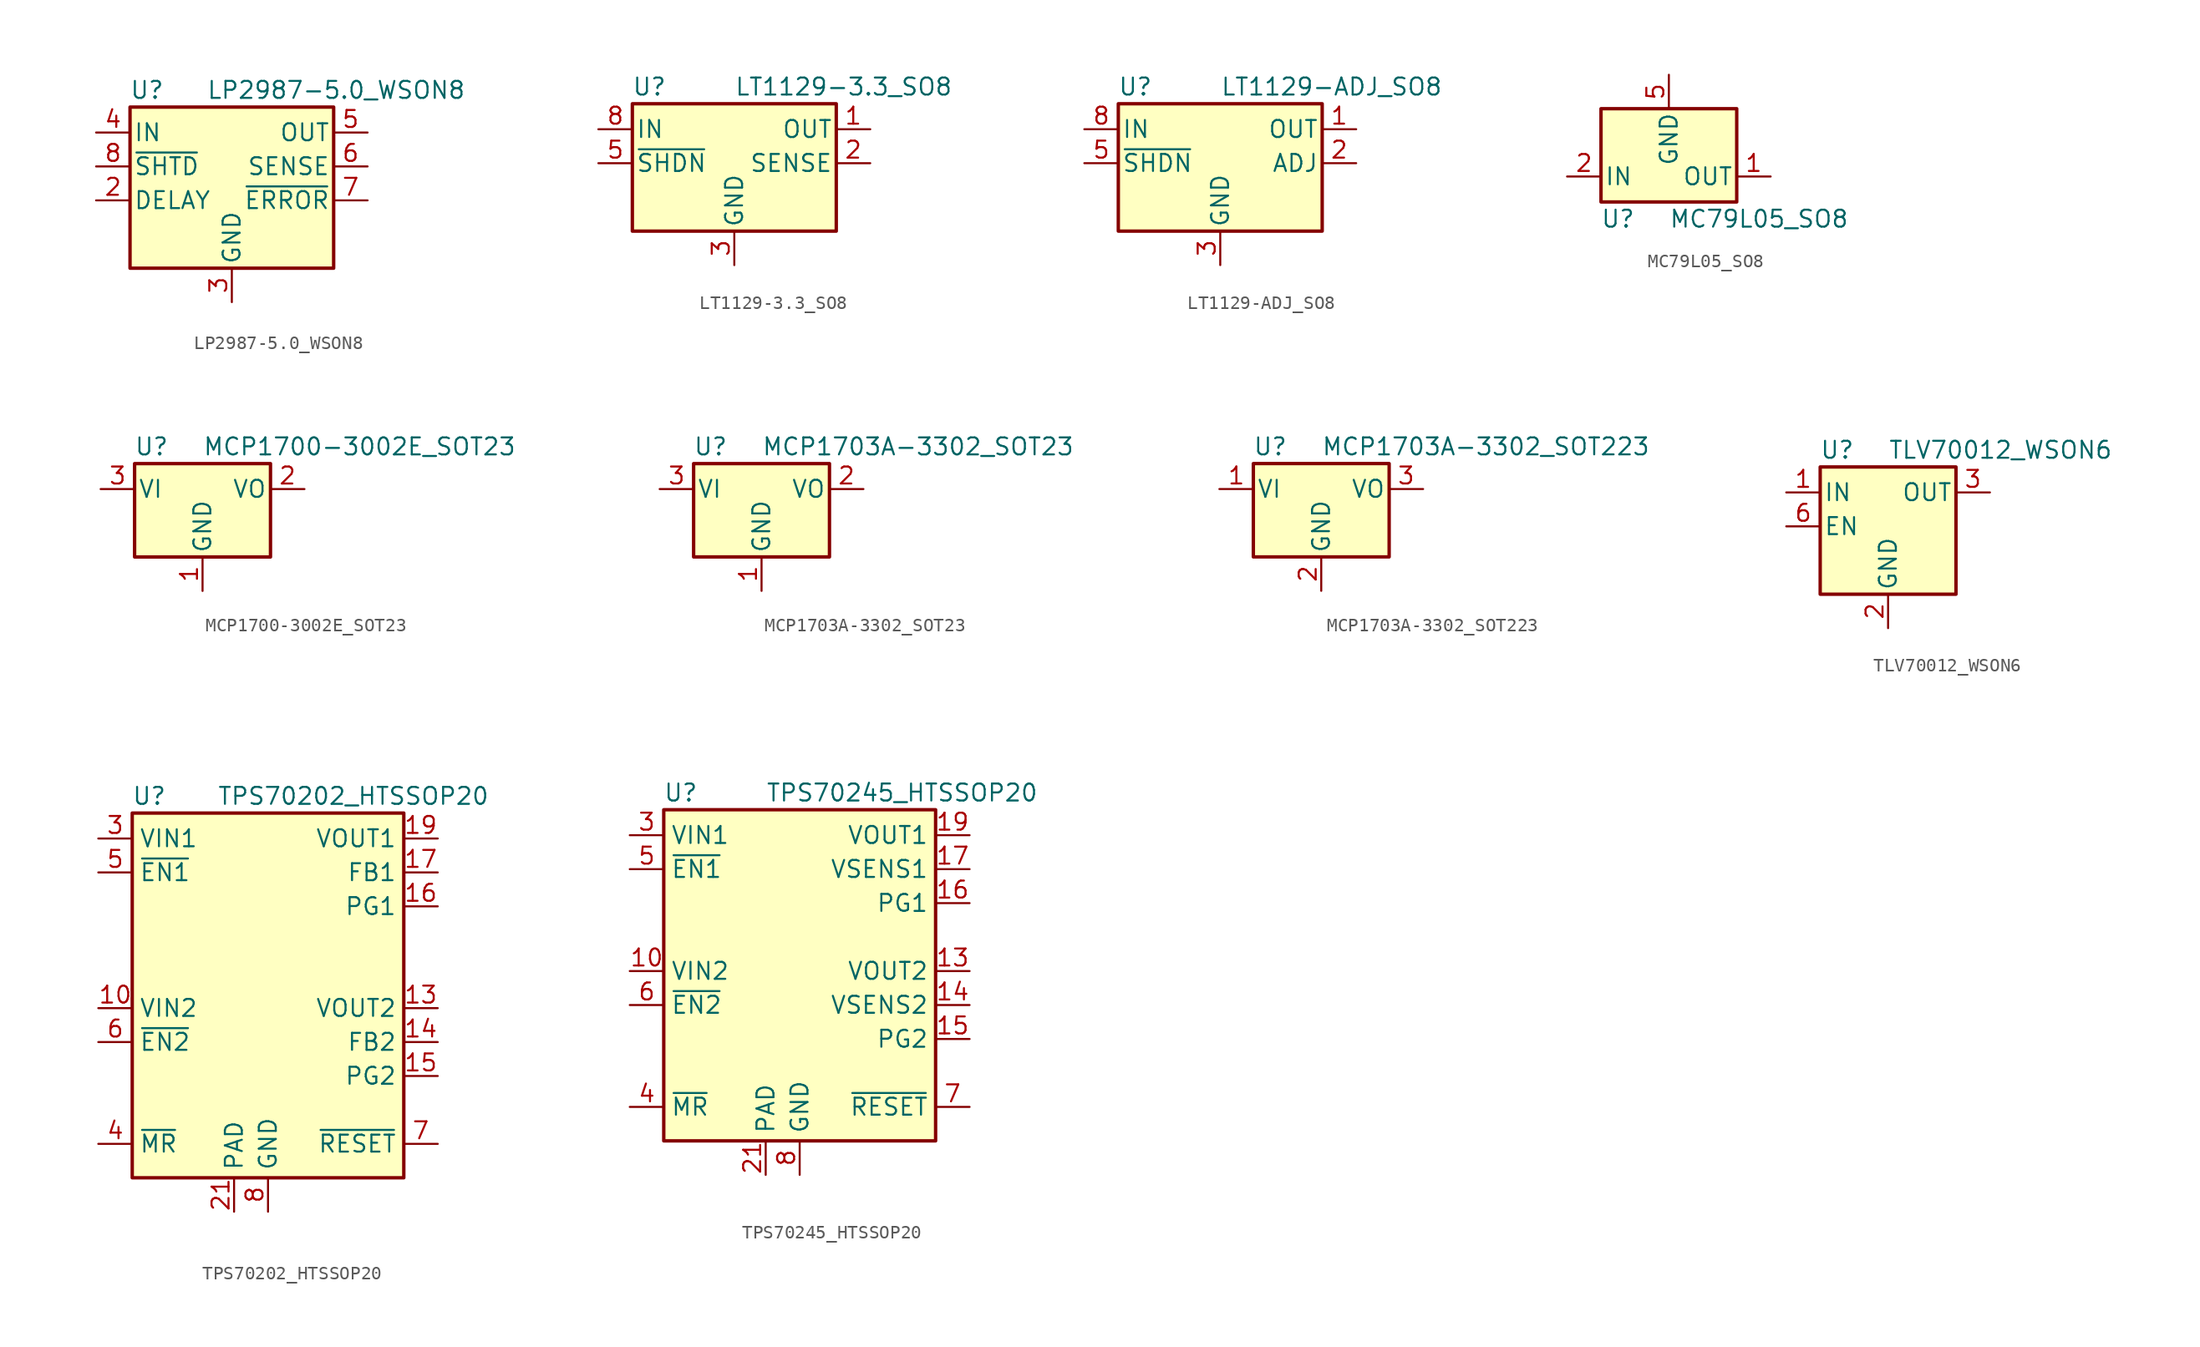
<source format=kicad_sym>
(kicad_symbol_lib
  (version 20220914)
  (generator kicad_symbol_editor)
  (symbol "LP2987-5.0_WSON8"
    (pin_names
      (offset 0.254))
    (property "Reference" "U"
      (at -6.35 5.715 0)
      (effects (font (size 1.27 1.27))))
    (property "Value" "LP2987-5.0_WSON8"
      (at -1.905 5.715 0)
      (effects (font (size 1.27 1.27)) (justify left)))
    (symbol "LP2987-5.0_WSON8_0_1"
      (rectangle (start -7.62 4.445) (end 7.62 -7.62) (stroke (width 0.254) (type default)) (fill (type background))))
    (symbol "LP2987-5.0_WSON8_1_1"
      (pin no_connect line (at 2.54 -10.16 90) (length 2.54) hide (name "NC" (effects (font (size 1.27 1.27)))) (number "1" (effects (font (size 1.27 1.27)))))
      (pin passive line (at -10.16 -2.54 0) (length 2.54) (name "DELAY" (effects (font (size 1.27 1.27)))) (number "2" (effects (font (size 1.27 1.27)))))
      (pin power_in line (at 0 -10.16 90) (length 2.54) (name "GND" (effects (font (size 1.27 1.27)))) (number "3" (effects (font (size 1.27 1.27)))))
      (pin power_in line (at -10.16 2.54 0) (length 2.54) (name "IN" (effects (font (size 1.27 1.27)))) (number "4" (effects (font (size 1.27 1.27)))))
      (pin power_out line (at 10.16 2.54 180) (length 2.54) (name "OUT" (effects (font (size 1.27 1.27)))) (number "5" (effects (font (size 1.27 1.27)))))
      (pin input line (at 10.16 0 180) (length 2.54) (name "SENSE" (effects (font (size 1.27 1.27)))) (number "6" (effects (font (size 1.27 1.27)))))
      (pin output line (at 10.16 -2.54 180) (length 2.54) (name "~{ERROR}" (effects (font (size 1.27 1.27)))) (number "7" (effects (font (size 1.27 1.27)))))
      (pin input line (at -10.16 0 0) (length 2.54) (name "~{SHTD}" (effects (font (size 1.27 1.27)))) (number "8" (effects (font (size 1.27 1.27)))))
      (pin passive line (at 0 -10.16 90) (length 2.54) hide (name "GND" (effects (font (size 1.27 1.27)))) (number "9" (effects (font (size 1.27 1.27)))))))
  (symbol "LT1129-3.3_SO8"
    (pin_names
      (offset 0.254))
    (property "Reference" "U"
      (at -6.35 5.715 0)
      (effects (font (size 1.27 1.27))))
    (property "Value" "LT1129-3.3_SO8"
      (at 0 5.715 0)
      (effects (font (size 1.27 1.27)) (justify left)))
    (symbol "LT1129-3.3_SO8_0_1"
      (rectangle (start -7.62 -5.08) (end 7.62 4.445) (stroke (width 0.254) (type default)) (fill (type background))))
    (symbol "LT1129-3.3_SO8_1_1"
      (pin power_out line (at 10.16 2.54 180) (length 2.54) (name "OUT" (effects (font (size 1.27 1.27)))) (number "1" (effects (font (size 1.27 1.27)))))
      (pin input line (at 10.16 0 180) (length 2.54) (name "SENSE" (effects (font (size 1.27 1.27)))) (number "2" (effects (font (size 1.27 1.27)))))
      (pin power_in line (at 0 -7.62 90) (length 2.54) (name "GND" (effects (font (size 1.27 1.27)))) (number "3" (effects (font (size 1.27 1.27)))))
      (pin no_connect line (at 10.16 -2.54 180) (length 2.54) hide (name "NC" (effects (font (size 1.27 1.27)))) (number "4" (effects (font (size 1.27 1.27)))))
      (pin input line (at -10.16 0 0) (length 2.54) (name "~{SHDN}" (effects (font (size 1.27 1.27)))) (number "5" (effects (font (size 1.27 1.27)))))
      (pin passive line (at 0 -7.62 90) (length 2.54) hide (name "GND" (effects (font (size 1.27 1.27)))) (number "6" (effects (font (size 1.27 1.27)))))
      (pin passive line (at 0 -7.62 90) (length 2.54) hide (name "GND" (effects (font (size 1.27 1.27)))) (number "7" (effects (font (size 1.27 1.27)))))
      (pin power_in line (at -10.16 2.54 0) (length 2.54) (name "IN" (effects (font (size 1.27 1.27)))) (number "8" (effects (font (size 1.27 1.27)))))))
  (symbol "LT1129-ADJ_SO8"
    (pin_names
      (offset 0.254))
    (property "Reference" "U"
      (at -6.35 5.715 0)
      (effects (font (size 1.27 1.27))))
    (property "Value" "LT1129-ADJ_SO8"
      (at 0 5.715 0)
      (effects (font (size 1.27 1.27)) (justify left)))
    (symbol "LT1129-ADJ_SO8_0_1"
      (rectangle (start -7.62 -5.08) (end 7.62 4.445) (stroke (width 0.254) (type default)) (fill (type background))))
    (symbol "LT1129-ADJ_SO8_1_1"
      (pin power_out line (at 10.16 2.54 180) (length 2.54) (name "OUT" (effects (font (size 1.27 1.27)))) (number "1" (effects (font (size 1.27 1.27)))))
      (pin input line (at 10.16 0 180) (length 2.54) (name "ADJ" (effects (font (size 1.27 1.27)))) (number "2" (effects (font (size 1.27 1.27)))))
      (pin power_in line (at 0 -7.62 90) (length 2.54) (name "GND" (effects (font (size 1.27 1.27)))) (number "3" (effects (font (size 1.27 1.27)))))
      (pin no_connect line (at 10.16 -2.54 180) (length 2.54) hide (name "NC" (effects (font (size 1.27 1.27)))) (number "4" (effects (font (size 1.27 1.27)))))
      (pin input line (at -10.16 0 0) (length 2.54) (name "~{SHDN}" (effects (font (size 1.27 1.27)))) (number "5" (effects (font (size 1.27 1.27)))))
      (pin passive line (at 0 -7.62 90) (length 2.54) hide (name "GND" (effects (font (size 1.27 1.27)))) (number "6" (effects (font (size 1.27 1.27)))))
      (pin passive line (at 0 -7.62 90) (length 2.54) hide (name "GND" (effects (font (size 1.27 1.27)))) (number "7" (effects (font (size 1.27 1.27)))))
      (pin power_in line (at -10.16 2.54 0) (length 2.54) (name "IN" (effects (font (size 1.27 1.27)))) (number "8" (effects (font (size 1.27 1.27)))))))
  (symbol "MC79L05_SO8"
    (pin_names
      (offset 0.254))
    (property "Reference" "U"
      (at -3.81 -3.175 0)
      (effects (font (size 1.27 1.27))))
    (property "Value" "MC79L05_SO8"
      (at 0 -3.175 0)
      (effects (font (size 1.27 1.27)) (justify left)))
    (symbol "MC79L05_SO8_0_1"
      (rectangle (start -5.08 5.08) (end 5.08 -1.905) (stroke (width 0.254) (type default)) (fill (type background))))
    (symbol "MC79L05_SO8_1_1"
      (pin power_out line (at 7.62 0 180) (length 2.54) (name "OUT" (effects (font (size 1.27 1.27)))) (number "1" (effects (font (size 1.27 1.27)))))
      (pin power_in line (at -7.62 0 0) (length 2.54) (name "IN" (effects (font (size 1.27 1.27)))) (number "2" (effects (font (size 1.27 1.27)))))
      (pin passive line (at -7.62 0 0) (length 2.54) hide (name "IN" (effects (font (size 1.27 1.27)))) (number "3" (effects (font (size 1.27 1.27)))))
      (pin no_connect line (at 7.62 2.54 180) (length 2.54) hide (name "NC" (effects (font (size 1.27 1.27)))) (number "4" (effects (font (size 1.27 1.27)))))
      (pin power_in line (at 0 7.62 270) (length 2.54) (name "GND" (effects (font (size 1.27 1.27)))) (number "5" (effects (font (size 1.27 1.27)))))
      (pin passive line (at -7.62 0 0) (length 2.54) hide (name "IN" (effects (font (size 1.27 1.27)))) (number "6" (effects (font (size 1.27 1.27)))))
      (pin passive line (at -7.62 0 0) (length 2.54) hide (name "IN" (effects (font (size 1.27 1.27)))) (number "7" (effects (font (size 1.27 1.27)))))
      (pin no_connect line (at -7.62 2.54 0) (length 2.54) hide (name "NC" (effects (font (size 1.27 1.27)))) (number "8" (effects (font (size 1.27 1.27)))))))
  (symbol "MCP1700-3002E_SOT23"
    (pin_names
      (offset 0.254))
    (property "Reference" "U"
      (at -3.81 3.175 0)
      (effects (font (size 1.27 1.27))))
    (property "Value" "MCP1700-3002E_SOT23"
      (at 0 3.175 0)
      (effects (font (size 1.27 1.27)) (justify left)))
    (symbol "MCP1700-3002E_SOT23_0_1"
      (rectangle (start -5.08 1.905) (end 5.08 -5.08) (stroke (width 0.254) (type default)) (fill (type background))))
    (symbol "MCP1700-3002E_SOT23_1_1"
      (pin power_in line (at 0 -7.62 90) (length 2.54) (name "GND" (effects (font (size 1.27 1.27)))) (number "1" (effects (font (size 1.27 1.27)))))
      (pin power_out line (at 7.62 0 180) (length 2.54) (name "VO" (effects (font (size 1.27 1.27)))) (number "2" (effects (font (size 1.27 1.27)))))
      (pin power_in line (at -7.62 0 0) (length 2.54) (name "VI" (effects (font (size 1.27 1.27)))) (number "3" (effects (font (size 1.27 1.27)))))))
  (symbol "MCP1703A-3302_SOT23"
    (pin_names
      (offset 0.254))
    (property "Reference" "U"
      (at -3.81 3.175 0)
      (effects (font (size 1.27 1.27))))
    (property "Value" "MCP1703A-3302_SOT23"
      (at 0 3.175 0)
      (effects (font (size 1.27 1.27)) (justify left)))
    (symbol "MCP1703A-3302_SOT23_0_1"
      (rectangle (start -5.08 -5.08) (end 5.08 1.905) (stroke (width 0.254) (type default)) (fill (type background))))
    (symbol "MCP1703A-3302_SOT23_1_1"
      (pin power_in line (at 0 -7.62 90) (length 2.54) (name "GND" (effects (font (size 1.27 1.27)))) (number "1" (effects (font (size 1.27 1.27)))))
      (pin power_out line (at 7.62 0 180) (length 2.54) (name "VO" (effects (font (size 1.27 1.27)))) (number "2" (effects (font (size 1.27 1.27)))))
      (pin power_in line (at -7.62 0 0) (length 2.54) (name "VI" (effects (font (size 1.27 1.27)))) (number "3" (effects (font (size 1.27 1.27)))))))
  (symbol "MCP1703A-3302_SOT223"
    (pin_names
      (offset 0.254))
    (property "Reference" "U"
      (at -3.81 3.175 0)
      (effects (font (size 1.27 1.27))))
    (property "Value" "MCP1703A-3302_SOT223"
      (at 0 3.175 0)
      (effects (font (size 1.27 1.27)) (justify left)))
    (symbol "MCP1703A-3302_SOT223_0_1"
      (rectangle (start -5.08 -5.08) (end 5.08 1.905) (stroke (width 0.254) (type default)) (fill (type background))))
    (symbol "MCP1703A-3302_SOT223_1_1"
      (pin power_in line (at -7.62 0 0) (length 2.54) (name "VI" (effects (font (size 1.27 1.27)))) (number "1" (effects (font (size 1.27 1.27)))))
      (pin power_in line (at 0 -7.62 90) (length 2.54) (name "GND" (effects (font (size 1.27 1.27)))) (number "2" (effects (font (size 1.27 1.27)))))
      (pin power_out line (at 7.62 0 180) (length 2.54) (name "VO" (effects (font (size 1.27 1.27)))) (number "3" (effects (font (size 1.27 1.27)))))))
  (symbol "TLV70012_WSON6"
    (pin_names
      (offset 0.254))
    (property "Reference" "U"
      (at -3.81 5.715 0)
      (effects (font (size 1.27 1.27))))
    (property "Value" "TLV70012_WSON6"
      (at 0 5.715 0)
      (effects (font (size 1.27 1.27)) (justify left)))
    (symbol "TLV70012_WSON6_0_1"
      (rectangle (start -5.08 4.445) (end 5.08 -5.08) (stroke (width 0.254) (type default)) (fill (type background))))
    (symbol "TLV70012_WSON6_1_1"
      (pin power_in line (at -7.62 2.54 0) (length 2.54) (name "IN" (effects (font (size 1.27 1.27)))) (number "1" (effects (font (size 1.27 1.27)))))
      (pin power_in line (at 0 -7.62 90) (length 2.54) (name "GND" (effects (font (size 1.27 1.27)))) (number "2" (effects (font (size 1.27 1.27)))))
      (pin power_out line (at 7.62 2.54 180) (length 2.54) (name "OUT" (effects (font (size 1.27 1.27)))) (number "3" (effects (font (size 1.27 1.27)))))
      (pin no_connect line (at 7.62 0 180) (length 2.54) hide (name "NC" (effects (font (size 1.27 1.27)))) (number "4" (effects (font (size 1.27 1.27)))))
      (pin no_connect line (at -2.54 -7.62 90) (length 2.54) hide (name "NC" (effects (font (size 1.27 1.27)))) (number "5" (effects (font (size 1.27 1.27)))))
      (pin input line (at -7.62 0 0) (length 2.54) (name "EN" (effects (font (size 1.27 1.27)))) (number "6" (effects (font (size 1.27 1.27)))))))
  (symbol "TPS70202_HTSSOP20"
    (property "Reference" "U"
      (at -8.89 15.875 0)
      (effects (font (size 1.27 1.27))))
    (property "Value" "TPS70202_HTSSOP20"
      (at -3.81 15.875 0)
      (effects (font (size 1.27 1.27)) (justify left)))
    (symbol "TPS70202_HTSSOP20_0_1"
      (rectangle (start -10.16 14.605) (end 10.16 -12.7) (stroke (width 0.254) (type default)) (fill (type background))))
    (symbol "TPS70202_HTSSOP20_1_1"
      (pin no_connect line (at -12.7 7.62 0) (length 2.54) hide (name "NC" (effects (font (size 1.27 1.27)))) (number "1" (effects (font (size 1.27 1.27)))))
      (pin power_in line (at -12.7 0 0) (length 2.54) (name "VIN2" (effects (font (size 1.27 1.27)))) (number "10" (effects (font (size 1.27 1.27)))))
      (pin no_connect line (at -12.7 5.08 0) (length 2.54) hide (name "NC" (effects (font (size 1.27 1.27)))) (number "11" (effects (font (size 1.27 1.27)))))
      (pin passive line (at 12.7 0 180) (length 2.54) hide (name "VOUT2" (effects (font (size 1.27 1.27)))) (number "12" (effects (font (size 1.27 1.27)))))
      (pin power_out line (at 12.7 0 180) (length 2.54) (name "VOUT2" (effects (font (size 1.27 1.27)))) (number "13" (effects (font (size 1.27 1.27)))))
      (pin input line (at 12.7 -2.54 180) (length 2.54) (name "FB2" (effects (font (size 1.27 1.27)))) (number "14" (effects (font (size 1.27 1.27)))))
      (pin open_collector line (at 12.7 -5.08 180) (length 2.54) (name "PG2" (effects (font (size 1.27 1.27)))) (number "15" (effects (font (size 1.27 1.27)))))
      (pin open_collector line (at 12.7 7.62 180) (length 2.54) (name "PG1" (effects (font (size 1.27 1.27)))) (number "16" (effects (font (size 1.27 1.27)))))
      (pin input line (at 12.7 10.16 180) (length 2.54) (name "FB1" (effects (font (size 1.27 1.27)))) (number "17" (effects (font (size 1.27 1.27)))))
      (pin passive line (at 12.7 12.7 180) (length 2.54) hide (name "VOUT1" (effects (font (size 1.27 1.27)))) (number "18" (effects (font (size 1.27 1.27)))))
      (pin power_out line (at 12.7 12.7 180) (length 2.54) (name "VOUT1" (effects (font (size 1.27 1.27)))) (number "19" (effects (font (size 1.27 1.27)))))
      (pin passive line (at -12.7 12.7 0) (length 2.54) hide (name "VIN1" (effects (font (size 1.27 1.27)))) (number "2" (effects (font (size 1.27 1.27)))))
      (pin no_connect line (at -12.7 -5.08 0) (length 2.54) hide (name "NC" (effects (font (size 1.27 1.27)))) (number "20" (effects (font (size 1.27 1.27)))))
      (pin power_in line (at -2.54 -15.24 90) (length 2.54) (name "PAD" (effects (font (size 1.27 1.27)))) (number "21" (effects (font (size 1.27 1.27)))))
      (pin power_in line (at -12.7 12.7 0) (length 2.54) (name "VIN1" (effects (font (size 1.27 1.27)))) (number "3" (effects (font (size 1.27 1.27)))))
      (pin input line (at -12.7 -10.16 0) (length 2.54) (name "~{MR}" (effects (font (size 1.27 1.27)))) (number "4" (effects (font (size 1.27 1.27)))))
      (pin input line (at -12.7 10.16 0) (length 2.54) (name "~{EN1}" (effects (font (size 1.27 1.27)))) (number "5" (effects (font (size 1.27 1.27)))))
      (pin input line (at -12.7 -2.54 0) (length 2.54) (name "~{EN2}" (effects (font (size 1.27 1.27)))) (number "6" (effects (font (size 1.27 1.27)))))
      (pin open_collector line (at 12.7 -10.16 180) (length 2.54) (name "~{RESET}" (effects (font (size 1.27 1.27)))) (number "7" (effects (font (size 1.27 1.27)))))
      (pin power_in line (at 0 -15.24 90) (length 2.54) (name "GND" (effects (font (size 1.27 1.27)))) (number "8" (effects (font (size 1.27 1.27)))))
      (pin passive line (at -12.7 0 0) (length 2.54) hide (name "VIN2" (effects (font (size 1.27 1.27)))) (number "9" (effects (font (size 1.27 1.27)))))))
  (symbol "TPS70245_HTSSOP20"
    (property "Reference" "U"
      (at -8.89 13.335 0)
      (effects (font (size 1.27 1.27))))
    (property "Value" "TPS70245_HTSSOP20"
      (at -2.54 13.335 0)
      (effects (font (size 1.27 1.27)) (justify left)))
    (symbol "TPS70245_HTSSOP20_0_1"
      (rectangle (start -10.16 12.065) (end 10.16 -12.7) (stroke (width 0.254) (type default)) (fill (type background))))
    (symbol "TPS70245_HTSSOP20_1_1"
      (pin no_connect line (at -12.7 5.08 0) (length 2.54) hide (name "NC" (effects (font (size 1.27 1.27)))) (number "1" (effects (font (size 1.27 1.27)))))
      (pin power_in line (at -12.7 0 0) (length 2.54) (name "VIN2" (effects (font (size 1.27 1.27)))) (number "10" (effects (font (size 1.27 1.27)))))
      (pin no_connect line (at -12.7 -5.08 0) (length 2.54) hide (name "NC" (effects (font (size 1.27 1.27)))) (number "11" (effects (font (size 1.27 1.27)))))
      (pin passive line (at 12.7 0 180) (length 2.54) hide (name "VOUT2" (effects (font (size 1.27 1.27)))) (number "12" (effects (font (size 1.27 1.27)))))
      (pin power_out line (at 12.7 0 180) (length 2.54) (name "VOUT2" (effects (font (size 1.27 1.27)))) (number "13" (effects (font (size 1.27 1.27)))))
      (pin input line (at 12.7 -2.54 180) (length 2.54) (name "VSENS2" (effects (font (size 1.27 1.27)))) (number "14" (effects (font (size 1.27 1.27)))))
      (pin open_collector line (at 12.7 -5.08 180) (length 2.54) (name "PG2" (effects (font (size 1.27 1.27)))) (number "15" (effects (font (size 1.27 1.27)))))
      (pin open_collector line (at 12.7 5.08 180) (length 2.54) (name "PG1" (effects (font (size 1.27 1.27)))) (number "16" (effects (font (size 1.27 1.27)))))
      (pin input line (at 12.7 7.62 180) (length 2.54) (name "VSENS1" (effects (font (size 1.27 1.27)))) (number "17" (effects (font (size 1.27 1.27)))))
      (pin passive line (at 12.7 10.16 180) (length 2.54) hide (name "VOUT1" (effects (font (size 1.27 1.27)))) (number "18" (effects (font (size 1.27 1.27)))))
      (pin power_out line (at 12.7 10.16 180) (length 2.54) (name "VOUT1" (effects (font (size 1.27 1.27)))) (number "19" (effects (font (size 1.27 1.27)))))
      (pin passive line (at -12.7 10.16 0) (length 2.54) hide (name "VIN1" (effects (font (size 1.27 1.27)))) (number "2" (effects (font (size 1.27 1.27)))))
      (pin no_connect line (at 2.54 -15.24 90) (length 2.54) hide (name "NC" (effects (font (size 1.27 1.27)))) (number "20" (effects (font (size 1.27 1.27)))))
      (pin power_in line (at -2.54 -15.24 90) (length 2.54) (name "PAD" (effects (font (size 1.27 1.27)))) (number "21" (effects (font (size 1.27 1.27)))))
      (pin power_in line (at -12.7 10.16 0) (length 2.54) (name "VIN1" (effects (font (size 1.27 1.27)))) (number "3" (effects (font (size 1.27 1.27)))))
      (pin input line (at -12.7 -10.16 0) (length 2.54) (name "~{MR}" (effects (font (size 1.27 1.27)))) (number "4" (effects (font (size 1.27 1.27)))))
      (pin input line (at -12.7 7.62 0) (length 2.54) (name "~{EN1}" (effects (font (size 1.27 1.27)))) (number "5" (effects (font (size 1.27 1.27)))))
      (pin input line (at -12.7 -2.54 0) (length 2.54) (name "~{EN2}" (effects (font (size 1.27 1.27)))) (number "6" (effects (font (size 1.27 1.27)))))
      (pin open_collector line (at 12.7 -10.16 180) (length 2.54) (name "~{RESET}" (effects (font (size 1.27 1.27)))) (number "7" (effects (font (size 1.27 1.27)))))
      (pin power_in line (at 0 -15.24 90) (length 2.54) (name "GND" (effects (font (size 1.27 1.27)))) (number "8" (effects (font (size 1.27 1.27)))))
      (pin passive line (at -12.7 0 0) (length 2.54) hide (name "VIN2" (effects (font (size 1.27 1.27)))) (number "9" (effects (font (size 1.27 1.27))))))))
</source>
